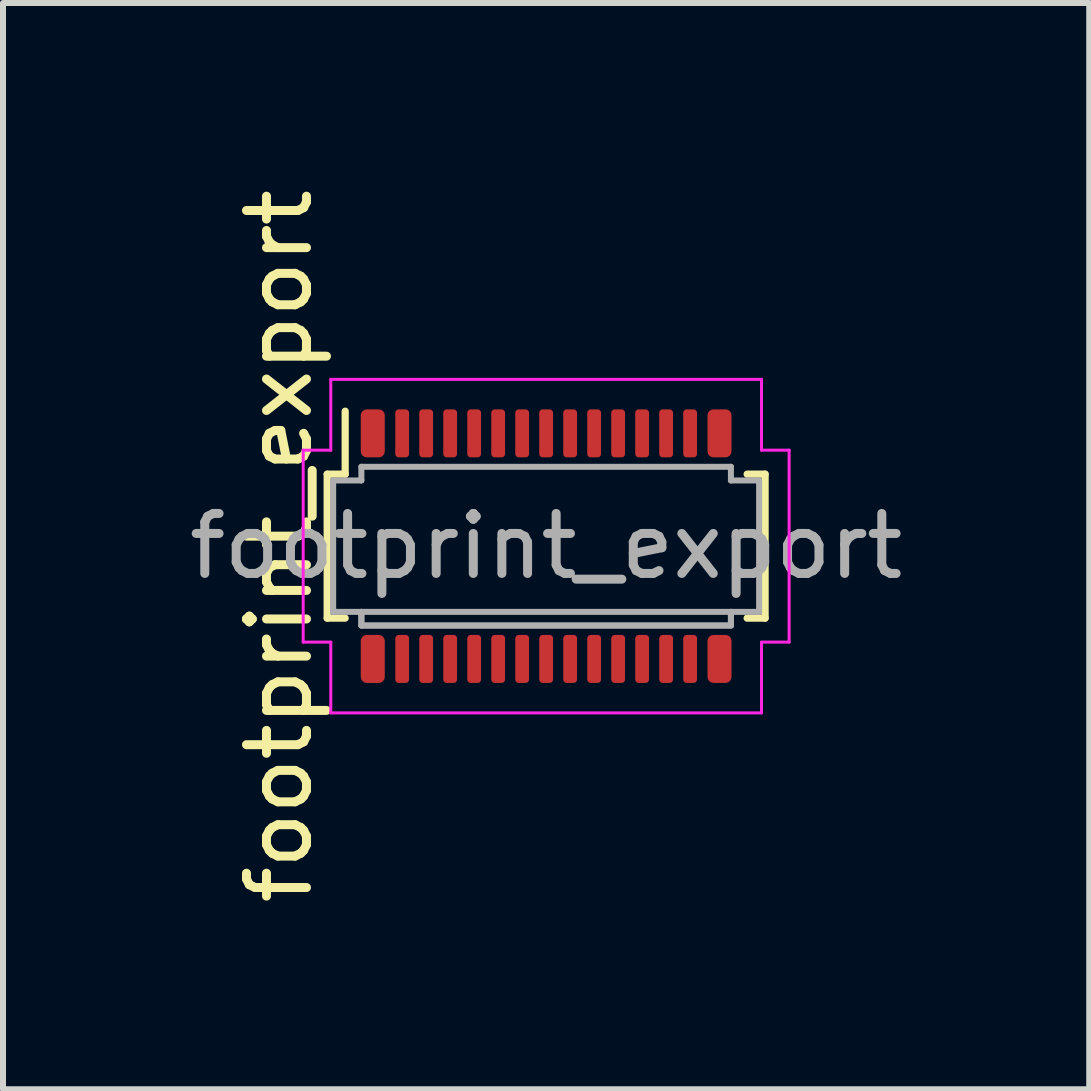
<source format=kicad_pcb>
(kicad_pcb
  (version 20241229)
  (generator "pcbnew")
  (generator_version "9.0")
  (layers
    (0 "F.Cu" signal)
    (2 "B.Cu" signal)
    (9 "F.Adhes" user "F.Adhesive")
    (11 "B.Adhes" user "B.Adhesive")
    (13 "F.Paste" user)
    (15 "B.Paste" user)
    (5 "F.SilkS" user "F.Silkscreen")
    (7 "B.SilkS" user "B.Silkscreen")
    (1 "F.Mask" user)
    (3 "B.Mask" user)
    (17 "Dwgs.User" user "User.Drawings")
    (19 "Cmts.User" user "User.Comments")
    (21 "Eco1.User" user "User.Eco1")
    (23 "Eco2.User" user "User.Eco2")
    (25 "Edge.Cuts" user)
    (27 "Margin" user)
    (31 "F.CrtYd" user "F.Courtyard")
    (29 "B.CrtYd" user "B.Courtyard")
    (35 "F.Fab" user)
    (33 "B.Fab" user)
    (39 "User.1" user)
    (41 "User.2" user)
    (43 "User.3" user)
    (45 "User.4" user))
  (footprint "footprint_export"
    (layer "F.Cu")
    (at 6.054 6.054)
    (property "Reference" "footprint_export" (at -4.45 0 90) (unlocked yes) (layer "F.SilkS") (effects (font (size 1 1) (thickness 0.15))))
    (attr smd)
    (fp_line (start -3.65 -1.2) (end -3.65 1.2) (stroke (width 0.12) (type default)) (layer "F.SilkS"))
    (fp_line (start -3.65 -1.2) (end -3.35 -1.2) (stroke (width 0.12) (type default)) (layer "F.SilkS"))
    (fp_line (start -3.65 1.2) (end -3.35 1.2) (stroke (width 0.12) (type default)) (layer "F.SilkS"))
    (fp_line (start -3.35 -1.2) (end -3.35 -2.25) (stroke (width 0.12) (type default)) (layer "F.SilkS"))
    (fp_line (start 3.65 -1.2) (end 3.35 -1.2) (stroke (width 0.12) (type default)) (layer "F.SilkS"))
    (fp_line (start 3.65 1.2) (end 3.35 1.2) (stroke (width 0.12) (type default)) (layer "F.SilkS"))
    (fp_line (start 3.65 1.2) (end 3.65 -1.2) (stroke (width 0.12) (type default)) (layer "F.SilkS"))
    (fp_line (start -4.05 -1.6) (end -3.59 -1.6) (stroke (width 0.05) (type default)) (layer "F.CrtYd"))
    (fp_line (start -4.05 1.6) (end -4.05 -1.6) (stroke (width 0.05) (type default)) (layer "F.CrtYd"))
    (fp_line (start -3.59 -2.78) (end 3.59 -2.78) (stroke (width 0.05) (type default)) (layer "F.CrtYd"))
    (fp_line (start -3.59 -1.6) (end -3.59 -2.78) (stroke (width 0.05) (type default)) (layer "F.CrtYd"))
    (fp_line (start -3.59 1.6) (end -4.05 1.6) (stroke (width 0.05) (type default)) (layer "F.CrtYd"))
    (fp_line (start -3.59 2.78) (end -3.59 1.6) (stroke (width 0.05) (type default)) (layer "F.CrtYd"))
    (fp_line (start 3.59 -2.78) (end 3.59 -1.6) (stroke (width 0.05) (type default)) (layer "F.CrtYd"))
    (fp_line (start 3.59 -1.6) (end 4.05 -1.6) (stroke (width 0.05) (type default)) (layer "F.CrtYd"))
    (fp_line (start 3.59 1.6) (end 3.59 2.78) (stroke (width 0.05) (type default)) (layer "F.CrtYd"))
    (fp_line (start 3.59 2.78) (end -3.59 2.78) (stroke (width 0.05) (type default)) (layer "F.CrtYd"))
    (fp_line (start 4.05 -1.6) (end 4.05 1.6) (stroke (width 0.05) (type default)) (layer "F.CrtYd"))
    (fp_line (start 4.05 1.6) (end 3.59 1.6) (stroke (width 0.05) (type default)) (layer "F.CrtYd"))
    (fp_line (start -3.55 -1.095) (end -3.08 -1.095) (stroke (width 0.1) (type default)) (layer "F.Fab"))
    (fp_line (start -3.55 1.095) (end -3.55 -1.095) (stroke (width 0.1) (type default)) (layer "F.Fab"))
    (fp_line (start -3.08 -1.323) (end 3.08 -1.323) (stroke (width 0.1) (type default)) (layer "F.Fab"))
    (fp_line (start -3.08 -1.095) (end -3.08 -1.323) (stroke (width 0.1) (type default)) (layer "F.Fab"))
    (fp_line (start -3.08 1.095) (end -3.55 1.095) (stroke (width 0.1) (type default)) (layer "F.Fab"))
    (fp_line (start -3.08 1.323) (end -3.08 1.095) (stroke (width 0.1) (type default)) (layer "F.Fab"))
    (fp_line (start 3.08 -1.323) (end 3.08 -1.095) (stroke (width 0.1) (type default)) (layer "F.Fab"))
    (fp_line (start 3.08 -1.095) (end 3.55 -1.095) (stroke (width 0.1) (type default)) (layer "F.Fab"))
    (fp_line (start 3.08 1.095) (end 3.08 1.323) (stroke (width 0.1) (type default)) (layer "F.Fab"))
    (fp_line (start 3.08 1.323) (end -3.08 1.323) (stroke (width 0.1) (type default)) (layer "F.Fab"))
    (fp_line (start 3.55 -1.095) (end 3.55 1.095) (stroke (width 0.1) (type default)) (layer "F.Fab"))
    (fp_line (start 3.55 1.095) (end 3.08 1.095) (stroke (width 0.1) (type default)) (layer "F.Fab"))
    (fp_rect (start -3.08 1.323) (end 3.08 1.095) (stroke (width 0.1) (type default)) (fill no) (layer "F.Fab"))
    (fp_text user "${REFERENCE}" (at 0 0 0) (unlocked yes) (layer "F.Fab") (effects (font (size 1 1) (thickness 0.15))))
    (pad "1" smd roundrect (at -2.89 -1.88) (size 0.4 0.8) (layers "F.Cu" "F.Mask" "F.Paste") (roundrect_rratio 0.25))
    (pad "2" smd roundrect (at -2.4 -1.88) (size 0.23 0.8) (layers "F.Cu" "F.Mask" "F.Paste") (roundrect_rratio 0.25))
    (pad "3" smd roundrect (at -2 -1.88) (size 0.23 0.8) (layers "F.Cu" "F.Mask" "F.Paste") (roundrect_rratio 0.25))
    (pad "4" smd roundrect (at -1.6 -1.88) (size 0.23 0.8) (layers "F.Cu" "F.Mask" "F.Paste") (roundrect_rratio 0.25))
    (pad "5" smd roundrect (at -1.2 -1.88) (size 0.23 0.8) (layers "F.Cu" "F.Mask" "F.Paste") (roundrect_rratio 0.25))
    (pad "6" smd roundrect (at -0.8 -1.88) (size 0.23 0.8) (layers "F.Cu" "F.Mask" "F.Paste") (roundrect_rratio 0.25))
    (pad "7" smd roundrect (at -0.4 -1.88) (size 0.23 0.8) (layers "F.Cu" "F.Mask" "F.Paste") (roundrect_rratio 0.25))
    (pad "8" smd roundrect (at 0 -1.88) (size 0.23 0.8) (layers "F.Cu" "F.Mask" "F.Paste") (roundrect_rratio 0.25))
    (pad "9" smd roundrect (at 0.4 -1.88) (size 0.23 0.8) (layers "F.Cu" "F.Mask" "F.Paste") (roundrect_rratio 0.25))
    (pad "10" smd roundrect (at 0.8 -1.88) (size 0.23 0.8) (layers "F.Cu" "F.Mask" "F.Paste") (roundrect_rratio 0.25))
    (pad "11" smd roundrect (at 1.2 -1.88) (size 0.23 0.8) (layers "F.Cu" "F.Mask" "F.Paste") (roundrect_rratio 0.25))
    (pad "12" smd roundrect (at 1.6 -1.88) (size 0.23 0.8) (layers "F.Cu" "F.Mask" "F.Paste") (roundrect_rratio 0.25))
    (pad "13" smd roundrect (at 2 -1.88) (size 0.23 0.8) (layers "F.Cu" "F.Mask" "F.Paste") (roundrect_rratio 0.25))
    (pad "14" smd roundrect (at 2.4 -1.88) (size 0.23 0.8) (layers "F.Cu" "F.Mask" "F.Paste") (roundrect_rratio 0.25))
    (pad "15" smd roundrect (at 2.89 -1.88) (size 0.4 0.8) (layers "F.Cu" "F.Mask" "F.Paste") (roundrect_rratio 0.25))
    (pad "16" smd roundrect (at 2.89 1.88) (size 0.4 0.8) (layers "F.Cu" "F.Mask" "F.Paste") (roundrect_rratio 0.25))
    (pad "17" smd roundrect (at 2.4 1.88) (size 0.23 0.8) (layers "F.Cu" "F.Mask" "F.Paste") (roundrect_rratio 0.25))
    (pad "18" smd roundrect (at 2 1.88) (size 0.23 0.8) (layers "F.Cu" "F.Mask" "F.Paste") (roundrect_rratio 0.25))
    (pad "19" smd roundrect (at 1.6 1.88) (size 0.23 0.8) (layers "F.Cu" "F.Mask" "F.Paste") (roundrect_rratio 0.25))
    (pad "20" smd roundrect (at 1.2 1.88) (size 0.23 0.8) (layers "F.Cu" "F.Mask" "F.Paste") (roundrect_rratio 0.25))
    (pad "21" smd roundrect (at 0.8 1.88) (size 0.23 0.8) (layers "F.Cu" "F.Mask" "F.Paste") (roundrect_rratio 0.25))
    (pad "22" smd roundrect (at 0.4 1.88) (size 0.23 0.8) (layers "F.Cu" "F.Mask" "F.Paste") (roundrect_rratio 0.25))
    (pad "23" smd roundrect (at 0 1.88) (size 0.23 0.8) (layers "F.Cu" "F.Mask" "F.Paste") (roundrect_rratio 0.25))
    (pad "24" smd roundrect (at -0.4 1.88) (size 0.23 0.8) (layers "F.Cu" "F.Mask" "F.Paste") (roundrect_rratio 0.25))
    (pad "25" smd roundrect (at -0.8 1.88) (size 0.23 0.8) (layers "F.Cu" "F.Mask" "F.Paste") (roundrect_rratio 0.25))
    (pad "26" smd roundrect (at -1.2 1.88) (size 0.23 0.8) (layers "F.Cu" "F.Mask" "F.Paste") (roundrect_rratio 0.25))
    (pad "27" smd roundrect (at -1.6 1.88) (size 0.23 0.8) (layers "F.Cu" "F.Mask" "F.Paste") (roundrect_rratio 0.25))
    (pad "28" smd roundrect (at -2 1.88) (size 0.23 0.8) (layers "F.Cu" "F.Mask" "F.Paste") (roundrect_rratio 0.25))
    (pad "29" smd roundrect (at -2.4 1.88) (size 0.23 0.8) (layers "F.Cu" "F.Mask" "F.Paste") (roundrect_rratio 0.25))
    (pad "30" smd roundrect (at -2.89 1.88) (size 0.4 0.8) (layers "F.Cu" "F.Mask" "F.Paste") (roundrect_rratio 0.25)))
  (gr_rect
    (start -3 -3)
    (end 15.107 15.107)
    (stroke (width 0.1) (type default))
    (fill no)
    (layer "Edge.Cuts")))
</source>
